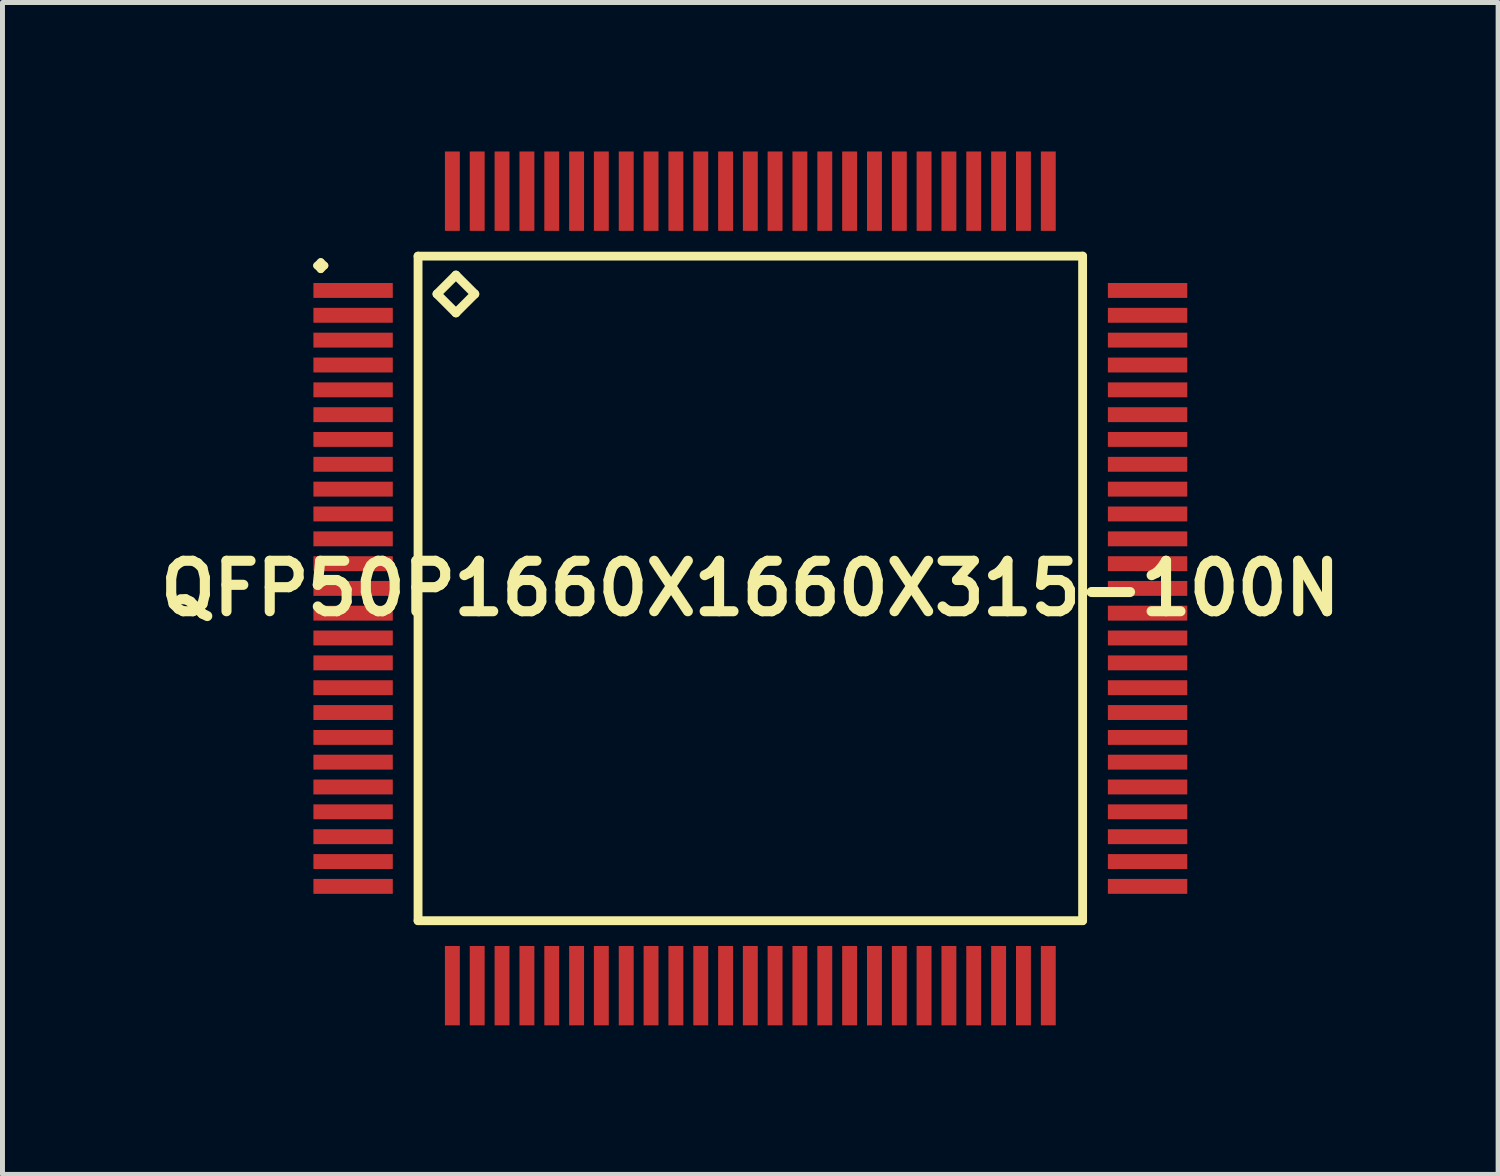
<source format=kicad_pcb>
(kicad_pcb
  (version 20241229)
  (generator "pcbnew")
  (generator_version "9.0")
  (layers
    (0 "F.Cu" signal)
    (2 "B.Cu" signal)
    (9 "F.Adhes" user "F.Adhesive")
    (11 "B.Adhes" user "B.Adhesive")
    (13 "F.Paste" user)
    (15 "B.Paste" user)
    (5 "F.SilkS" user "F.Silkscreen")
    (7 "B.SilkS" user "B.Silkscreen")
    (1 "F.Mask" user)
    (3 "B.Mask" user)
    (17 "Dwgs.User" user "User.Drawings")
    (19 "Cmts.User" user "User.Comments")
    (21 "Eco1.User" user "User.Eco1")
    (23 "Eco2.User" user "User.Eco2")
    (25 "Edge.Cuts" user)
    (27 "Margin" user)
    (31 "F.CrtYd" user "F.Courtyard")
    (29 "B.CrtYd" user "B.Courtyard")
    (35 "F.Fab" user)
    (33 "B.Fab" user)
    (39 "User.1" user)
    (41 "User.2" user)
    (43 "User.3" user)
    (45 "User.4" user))
  (footprint "QFP50P1660X1660X315-100N"
    (layer "F.Cu")
    (at 12.057 8.797)
    (property "Reference" "QFP50P1660X1660X315-100N" (at 0 0 0) (layer "F.SilkS") (effects (font (size 1.016 1.016) (thickness 0.203))))
    (attr smd)
    (fp_line (start -8.725 -6.5) (end -8.649 -6.574) (stroke (width 0.15) (type solid)) (layer "F.SilkS"))
    (fp_line (start -8.649 -6.574) (end -8.572 -6.5) (stroke (width 0.15) (type solid)) (layer "F.SilkS"))
    (fp_line (start -8.649 -6.424) (end -8.725 -6.5) (stroke (width 0.15) (type solid)) (layer "F.SilkS"))
    (fp_line (start -8.572 -6.5) (end -8.649 -6.424) (stroke (width 0.15) (type solid)) (layer "F.SilkS"))
    (fp_line (start -6.69 -6.69) (end -6.69 6.69) (stroke (width 0.178) (type solid)) (layer "F.SilkS"))
    (fp_line (start -6.69 6.69) (end 6.69 6.69) (stroke (width 0.178) (type solid)) (layer "F.SilkS"))
    (fp_line (start -6.309 -5.928) (end -5.928 -6.309) (stroke (width 0.178) (type solid)) (layer "F.SilkS"))
    (fp_line (start -5.928 -6.309) (end -5.547 -5.928) (stroke (width 0.178) (type solid)) (layer "F.SilkS"))
    (fp_line (start -5.928 -5.547) (end -6.309 -5.928) (stroke (width 0.178) (type solid)) (layer "F.SilkS"))
    (fp_line (start -5.547 -5.928) (end -5.928 -5.547) (stroke (width 0.178) (type solid)) (layer "F.SilkS"))
    (fp_line (start 6.69 -6.69) (end -6.69 -6.69) (stroke (width 0.178) (type solid)) (layer "F.SilkS"))
    (fp_line (start 6.69 6.69) (end 6.69 -6.69) (stroke (width 0.178) (type solid)) (layer "F.SilkS"))
    (pad "1" smd rect (at -7.998 -5.999) (size 1.598 0.3) (layers "F.Cu" "F.Mask" "F.Paste"))
    (pad "2" smd rect (at -7.998 -5.499) (size 1.598 0.3) (layers "F.Cu" "F.Mask" "F.Paste"))
    (pad "3" smd rect (at -7.998 -4.999) (size 1.598 0.3) (layers "F.Cu" "F.Mask" "F.Paste"))
    (pad "4" smd rect (at -7.998 -4.498) (size 1.598 0.3) (layers "F.Cu" "F.Mask" "F.Paste"))
    (pad "5" smd rect (at -7.998 -3.998) (size 1.598 0.3) (layers "F.Cu" "F.Mask" "F.Paste"))
    (pad "6" smd rect (at -7.998 -3.498) (size 1.598 0.3) (layers "F.Cu" "F.Mask" "F.Paste"))
    (pad "7" smd rect (at -7.998 -3) (size 1.598 0.3) (layers "F.Cu" "F.Mask" "F.Paste"))
    (pad "8" smd rect (at -7.998 -2.499) (size 1.598 0.3) (layers "F.Cu" "F.Mask" "F.Paste"))
    (pad "9" smd rect (at -7.998 -1.999) (size 1.598 0.3) (layers "F.Cu" "F.Mask" "F.Paste"))
    (pad "10" smd rect (at -7.998 -1.499) (size 1.598 0.3) (layers "F.Cu" "F.Mask" "F.Paste"))
    (pad "11" smd rect (at -7.998 -0.998) (size 1.598 0.3) (layers "F.Cu" "F.Mask" "F.Paste"))
    (pad "12" smd rect (at -7.998 -0.498) (size 1.598 0.3) (layers "F.Cu" "F.Mask" "F.Paste"))
    (pad "13" smd rect (at -7.998 0) (size 1.598 0.3) (layers "F.Cu" "F.Mask" "F.Paste"))
    (pad "14" smd rect (at -7.998 0.498) (size 1.598 0.3) (layers "F.Cu" "F.Mask" "F.Paste"))
    (pad "15" smd rect (at -7.998 0.998) (size 1.598 0.3) (layers "F.Cu" "F.Mask" "F.Paste"))
    (pad "16" smd rect (at -7.998 1.499) (size 1.598 0.3) (layers "F.Cu" "F.Mask" "F.Paste"))
    (pad "17" smd rect (at -7.998 1.999) (size 1.598 0.3) (layers "F.Cu" "F.Mask" "F.Paste"))
    (pad "18" smd rect (at -7.998 2.499) (size 1.598 0.3) (layers "F.Cu" "F.Mask" "F.Paste"))
    (pad "19" smd rect (at -7.998 3) (size 1.598 0.3) (layers "F.Cu" "F.Mask" "F.Paste"))
    (pad "20" smd rect (at -7.998 3.498) (size 1.598 0.3) (layers "F.Cu" "F.Mask" "F.Paste"))
    (pad "21" smd rect (at -7.998 3.998) (size 1.598 0.3) (layers "F.Cu" "F.Mask" "F.Paste"))
    (pad "22" smd rect (at -7.998 4.498) (size 1.598 0.3) (layers "F.Cu" "F.Mask" "F.Paste"))
    (pad "23" smd rect (at -7.998 4.999) (size 1.598 0.3) (layers "F.Cu" "F.Mask" "F.Paste"))
    (pad "24" smd rect (at -7.998 5.499) (size 1.598 0.3) (layers "F.Cu" "F.Mask" "F.Paste"))
    (pad "25" smd rect (at -7.998 5.999) (size 1.598 0.3) (layers "F.Cu" "F.Mask" "F.Paste"))
    (pad "26" smd rect (at -5.999 7.998) (size 0.3 1.598) (layers "F.Cu" "F.Mask" "F.Paste"))
    (pad "27" smd rect (at -5.499 7.998) (size 0.3 1.598) (layers "F.Cu" "F.Mask" "F.Paste"))
    (pad "28" smd rect (at -4.999 7.998) (size 0.3 1.598) (layers "F.Cu" "F.Mask" "F.Paste"))
    (pad "29" smd rect (at -4.498 7.998) (size 0.3 1.598) (layers "F.Cu" "F.Mask" "F.Paste"))
    (pad "30" smd rect (at -3.998 7.998) (size 0.3 1.598) (layers "F.Cu" "F.Mask" "F.Paste"))
    (pad "31" smd rect (at -3.498 7.998) (size 0.3 1.598) (layers "F.Cu" "F.Mask" "F.Paste"))
    (pad "32" smd rect (at -3 7.998) (size 0.3 1.598) (layers "F.Cu" "F.Mask" "F.Paste"))
    (pad "33" smd rect (at -2.499 7.998) (size 0.3 1.598) (layers "F.Cu" "F.Mask" "F.Paste"))
    (pad "34" smd rect (at -1.999 7.998) (size 0.3 1.598) (layers "F.Cu" "F.Mask" "F.Paste"))
    (pad "35" smd rect (at -1.499 7.998) (size 0.3 1.598) (layers "F.Cu" "F.Mask" "F.Paste"))
    (pad "36" smd rect (at -0.998 7.998) (size 0.3 1.598) (layers "F.Cu" "F.Mask" "F.Paste"))
    (pad "37" smd rect (at -0.498 7.998) (size 0.3 1.598) (layers "F.Cu" "F.Mask" "F.Paste"))
    (pad "38" smd rect (at 0 7.998) (size 0.3 1.598) (layers "F.Cu" "F.Mask" "F.Paste"))
    (pad "39" smd rect (at 0.498 7.998) (size 0.3 1.598) (layers "F.Cu" "F.Mask" "F.Paste"))
    (pad "40" smd rect (at 0.998 7.998) (size 0.3 1.598) (layers "F.Cu" "F.Mask" "F.Paste"))
    (pad "41" smd rect (at 1.499 7.998) (size 0.3 1.598) (layers "F.Cu" "F.Mask" "F.Paste"))
    (pad "42" smd rect (at 1.999 7.998) (size 0.3 1.598) (layers "F.Cu" "F.Mask" "F.Paste"))
    (pad "43" smd rect (at 2.499 7.998) (size 0.3 1.598) (layers "F.Cu" "F.Mask" "F.Paste"))
    (pad "44" smd rect (at 3 7.998) (size 0.3 1.598) (layers "F.Cu" "F.Mask" "F.Paste"))
    (pad "45" smd rect (at 3.498 7.998) (size 0.3 1.598) (layers "F.Cu" "F.Mask" "F.Paste"))
    (pad "46" smd rect (at 3.998 7.998) (size 0.3 1.598) (layers "F.Cu" "F.Mask" "F.Paste"))
    (pad "47" smd rect (at 4.498 7.998) (size 0.3 1.598) (layers "F.Cu" "F.Mask" "F.Paste"))
    (pad "48" smd rect (at 4.999 7.998) (size 0.3 1.598) (layers "F.Cu" "F.Mask" "F.Paste"))
    (pad "49" smd rect (at 5.499 7.998) (size 0.3 1.598) (layers "F.Cu" "F.Mask" "F.Paste"))
    (pad "50" smd rect (at 5.999 7.998) (size 0.3 1.598) (layers "F.Cu" "F.Mask" "F.Paste"))
    (pad "51" smd rect (at 7.998 5.999) (size 1.598 0.3) (layers "F.Cu" "F.Mask" "F.Paste"))
    (pad "52" smd rect (at 7.998 5.499) (size 1.598 0.3) (layers "F.Cu" "F.Mask" "F.Paste"))
    (pad "53" smd rect (at 7.998 4.999) (size 1.598 0.3) (layers "F.Cu" "F.Mask" "F.Paste"))
    (pad "54" smd rect (at 7.998 4.498) (size 1.598 0.3) (layers "F.Cu" "F.Mask" "F.Paste"))
    (pad "55" smd rect (at 7.998 3.998) (size 1.598 0.3) (layers "F.Cu" "F.Mask" "F.Paste"))
    (pad "56" smd rect (at 7.998 3.498) (size 1.598 0.3) (layers "F.Cu" "F.Mask" "F.Paste"))
    (pad "57" smd rect (at 7.998 3) (size 1.598 0.3) (layers "F.Cu" "F.Mask" "F.Paste"))
    (pad "58" smd rect (at 7.998 2.499) (size 1.598 0.3) (layers "F.Cu" "F.Mask" "F.Paste"))
    (pad "59" smd rect (at 7.998 1.999) (size 1.598 0.3) (layers "F.Cu" "F.Mask" "F.Paste"))
    (pad "60" smd rect (at 7.998 1.499) (size 1.598 0.3) (layers "F.Cu" "F.Mask" "F.Paste"))
    (pad "61" smd rect (at 7.998 0.998) (size 1.598 0.3) (layers "F.Cu" "F.Mask" "F.Paste"))
    (pad "62" smd rect (at 7.998 0.498) (size 1.598 0.3) (layers "F.Cu" "F.Mask" "F.Paste"))
    (pad "63" smd rect (at 7.998 0) (size 1.598 0.3) (layers "F.Cu" "F.Mask" "F.Paste"))
    (pad "64" smd rect (at 7.998 -0.498) (size 1.598 0.3) (layers "F.Cu" "F.Mask" "F.Paste"))
    (pad "65" smd rect (at 7.998 -0.998) (size 1.598 0.3) (layers "F.Cu" "F.Mask" "F.Paste"))
    (pad "66" smd rect (at 7.998 -1.499) (size 1.598 0.3) (layers "F.Cu" "F.Mask" "F.Paste"))
    (pad "67" smd rect (at 7.998 -1.999) (size 1.598 0.3) (layers "F.Cu" "F.Mask" "F.Paste"))
    (pad "68" smd rect (at 7.998 -2.499) (size 1.598 0.3) (layers "F.Cu" "F.Mask" "F.Paste"))
    (pad "69" smd rect (at 7.998 -3) (size 1.598 0.3) (layers "F.Cu" "F.Mask" "F.Paste"))
    (pad "70" smd rect (at 7.998 -3.498) (size 1.598 0.3) (layers "F.Cu" "F.Mask" "F.Paste"))
    (pad "71" smd rect (at 7.998 -3.998) (size 1.598 0.3) (layers "F.Cu" "F.Mask" "F.Paste"))
    (pad "72" smd rect (at 7.998 -4.498) (size 1.598 0.3) (layers "F.Cu" "F.Mask" "F.Paste"))
    (pad "73" smd rect (at 7.998 -4.999) (size 1.598 0.3) (layers "F.Cu" "F.Mask" "F.Paste"))
    (pad "74" smd rect (at 7.998 -5.499) (size 1.598 0.3) (layers "F.Cu" "F.Mask" "F.Paste"))
    (pad "75" smd rect (at 7.998 -5.999) (size 1.598 0.3) (layers "F.Cu" "F.Mask" "F.Paste"))
    (pad "76" smd rect (at 5.999 -7.998) (size 0.3 1.598) (layers "F.Cu" "F.Mask" "F.Paste"))
    (pad "77" smd rect (at 5.499 -7.998) (size 0.3 1.598) (layers "F.Cu" "F.Mask" "F.Paste"))
    (pad "78" smd rect (at 4.999 -7.998) (size 0.3 1.598) (layers "F.Cu" "F.Mask" "F.Paste"))
    (pad "79" smd rect (at 4.498 -7.998) (size 0.3 1.598) (layers "F.Cu" "F.Mask" "F.Paste"))
    (pad "80" smd rect (at 3.998 -7.998) (size 0.3 1.598) (layers "F.Cu" "F.Mask" "F.Paste"))
    (pad "81" smd rect (at 3.498 -7.998) (size 0.3 1.598) (layers "F.Cu" "F.Mask" "F.Paste"))
    (pad "82" smd rect (at 3 -7.998) (size 0.3 1.598) (layers "F.Cu" "F.Mask" "F.Paste"))
    (pad "83" smd rect (at 2.499 -7.998) (size 0.3 1.598) (layers "F.Cu" "F.Mask" "F.Paste"))
    (pad "84" smd rect (at 1.999 -7.998) (size 0.3 1.598) (layers "F.Cu" "F.Mask" "F.Paste"))
    (pad "85" smd rect (at 1.499 -7.998) (size 0.3 1.598) (layers "F.Cu" "F.Mask" "F.Paste"))
    (pad "86" smd rect (at 0.998 -7.998) (size 0.3 1.598) (layers "F.Cu" "F.Mask" "F.Paste"))
    (pad "87" smd rect (at 0.498 -7.998) (size 0.3 1.598) (layers "F.Cu" "F.Mask" "F.Paste"))
    (pad "88" smd rect (at 0 -7.998) (size 0.3 1.598) (layers "F.Cu" "F.Mask" "F.Paste"))
    (pad "89" smd rect (at -0.498 -7.998) (size 0.3 1.598) (layers "F.Cu" "F.Mask" "F.Paste"))
    (pad "90" smd rect (at -0.998 -7.998) (size 0.3 1.598) (layers "F.Cu" "F.Mask" "F.Paste"))
    (pad "91" smd rect (at -1.499 -7.998) (size 0.3 1.598) (layers "F.Cu" "F.Mask" "F.Paste"))
    (pad "92" smd rect (at -1.999 -7.998) (size 0.3 1.598) (layers "F.Cu" "F.Mask" "F.Paste"))
    (pad "93" smd rect (at -2.499 -7.998) (size 0.3 1.598) (layers "F.Cu" "F.Mask" "F.Paste"))
    (pad "94" smd rect (at -3 -7.998) (size 0.3 1.598) (layers "F.Cu" "F.Mask" "F.Paste"))
    (pad "95" smd rect (at -3.498 -7.998) (size 0.3 1.598) (layers "F.Cu" "F.Mask" "F.Paste"))
    (pad "96" smd rect (at -3.998 -7.998) (size 0.3 1.598) (layers "F.Cu" "F.Mask" "F.Paste"))
    (pad "97" smd rect (at -4.498 -7.998) (size 0.3 1.598) (layers "F.Cu" "F.Mask" "F.Paste"))
    (pad "98" smd rect (at -4.999 -7.998) (size 0.3 1.598) (layers "F.Cu" "F.Mask" "F.Paste"))
    (pad "99" smd rect (at -5.499 -7.998) (size 0.3 1.598) (layers "F.Cu" "F.Mask" "F.Paste"))
    (pad "100" smd rect (at -5.999 -7.998) (size 0.3 1.598) (layers "F.Cu" "F.Mask" "F.Paste")))
  (gr_rect
    (start -3 -3)
    (end 27.113 20.595)
    (stroke (width 0.1) (type default))
    (fill no)
    (layer "Edge.Cuts")))
</source>
